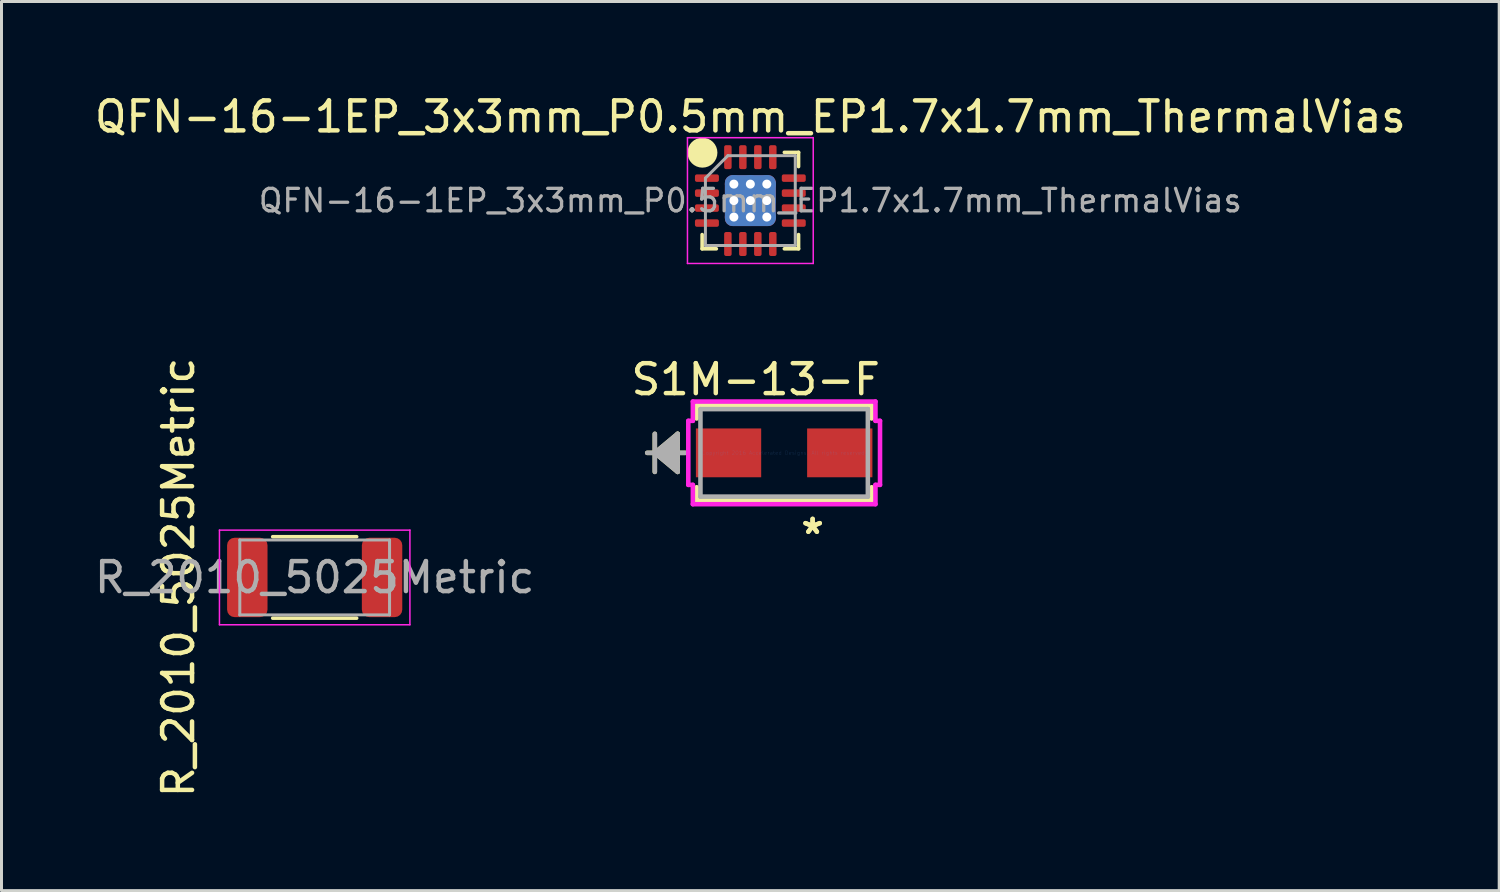
<source format=kicad_pcb>
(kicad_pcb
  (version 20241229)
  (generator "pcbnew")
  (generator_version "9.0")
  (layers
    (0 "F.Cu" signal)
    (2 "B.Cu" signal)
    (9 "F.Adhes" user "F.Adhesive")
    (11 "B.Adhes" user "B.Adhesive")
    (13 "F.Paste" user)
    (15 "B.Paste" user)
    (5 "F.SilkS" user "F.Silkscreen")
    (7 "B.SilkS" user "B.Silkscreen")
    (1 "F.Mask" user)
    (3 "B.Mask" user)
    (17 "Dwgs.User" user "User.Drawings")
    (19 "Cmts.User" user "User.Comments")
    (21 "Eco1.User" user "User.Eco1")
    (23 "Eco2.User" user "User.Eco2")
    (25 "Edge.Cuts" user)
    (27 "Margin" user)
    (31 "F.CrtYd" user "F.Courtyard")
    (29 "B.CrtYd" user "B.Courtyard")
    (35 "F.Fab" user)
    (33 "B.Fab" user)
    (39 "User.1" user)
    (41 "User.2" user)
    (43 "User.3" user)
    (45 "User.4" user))
  (footprint "R_2010_5025Metric"
    (layer "F.Cu")
    (at 7.458 16.232)
    (property "Reference" "R_2010_5025Metric" (at -4.55 0 90) (layer "F.SilkS") (effects (font (size 1 1) (thickness 0.15))))
    (attr smd)
    (fp_line (start -1.402 -1.36) (end 1.402 -1.36) (stroke (width 0.12) (type solid)) (layer "F.SilkS"))
    (fp_line (start -1.402 1.36) (end 1.402 1.36) (stroke (width 0.12) (type solid)) (layer "F.SilkS"))
    (fp_line (start -3.18 -1.58) (end 3.18 -1.58) (stroke (width 0.05) (type solid)) (layer "F.CrtYd"))
    (fp_line (start -3.18 1.58) (end -3.18 -1.58) (stroke (width 0.05) (type solid)) (layer "F.CrtYd"))
    (fp_line (start 3.18 -1.58) (end 3.18 1.58) (stroke (width 0.05) (type solid)) (layer "F.CrtYd"))
    (fp_line (start 3.18 1.58) (end -3.18 1.58) (stroke (width 0.05) (type solid)) (layer "F.CrtYd"))
    (fp_line (start -2.5 -1.25) (end 2.5 -1.25) (stroke (width 0.1) (type solid)) (layer "F.Fab"))
    (fp_line (start -2.5 1.25) (end -2.5 -1.25) (stroke (width 0.1) (type solid)) (layer "F.Fab"))
    (fp_line (start 2.5 -1.25) (end 2.5 1.25) (stroke (width 0.1) (type solid)) (layer "F.Fab"))
    (fp_line (start 2.5 1.25) (end -2.5 1.25) (stroke (width 0.1) (type solid)) (layer "F.Fab"))
    (fp_text user "${REFERENCE}" (at 0 0 0) (layer "F.Fab") (effects (font (size 1 1) (thickness 0.15))))
    (pad "1" smd roundrect (at -2.25 0) (size 1.35 2.65) (layers "F.Cu" "F.Mask" "F.Paste") (roundrect_rratio 0.185))
    (pad "2" smd roundrect (at 2.25 0) (size 1.35 2.65) (layers "F.Cu" "F.Mask" "F.Paste") (roundrect_rratio 0.185)))
  (footprint "S1M-13-F"
    (layer "F.Cu")
    (at 23.135 12.072)
    (property "Reference" "S1M-13-F" (at -0.95 -2.45 0) (layer "F.SilkS") (effects (font (size 1 1) (thickness 0.15))))
    (attr through_hole)
    (fp_line (start -4.319 -0.635) (end -4.319 0.635) (stroke (width 0.152) (type solid)) (layer "F.SilkS"))
    (fp_line (start -4.319 0) (end -3.557 -0.635) (stroke (width 0.152) (type solid)) (layer "F.SilkS"))
    (fp_line (start -4.319 0) (end -3.557 -0.508) (stroke (width 0.152) (type solid)) (layer "F.SilkS"))
    (fp_line (start -4.319 0) (end -3.557 -0.381) (stroke (width 0.152) (type solid)) (layer "F.SilkS"))
    (fp_line (start -4.319 0) (end -3.557 -0.254) (stroke (width 0.152) (type solid)) (layer "F.SilkS"))
    (fp_line (start -4.319 0) (end -3.557 -0.127) (stroke (width 0.152) (type solid)) (layer "F.SilkS"))
    (fp_line (start -4.319 0) (end -3.557 0.127) (stroke (width 0.152) (type solid)) (layer "F.SilkS"))
    (fp_line (start -4.319 0) (end -3.557 0.254) (stroke (width 0.152) (type solid)) (layer "F.SilkS"))
    (fp_line (start -4.319 0) (end -3.557 0.381) (stroke (width 0.152) (type solid)) (layer "F.SilkS"))
    (fp_line (start -4.319 0) (end -3.557 0.508) (stroke (width 0.152) (type solid)) (layer "F.SilkS"))
    (fp_line (start -4.319 0) (end -3.557 0.635) (stroke (width 0.152) (type solid)) (layer "F.SilkS"))
    (fp_line (start -3.557 -0.635) (end -3.557 0.635) (stroke (width 0.152) (type solid)) (layer "F.SilkS"))
    (fp_line (start -3.303 0) (end -4.573 0) (stroke (width 0.152) (type solid)) (layer "F.SilkS"))
    (fp_line (start -2.922 -1.587) (end -2.922 -1.148) (stroke (width 0.152) (type solid)) (layer "F.SilkS"))
    (fp_line (start -2.922 1.148) (end -2.922 1.587) (stroke (width 0.152) (type solid)) (layer "F.SilkS"))
    (fp_line (start -2.922 1.587) (end 2.922 1.587) (stroke (width 0.152) (type solid)) (layer "F.SilkS"))
    (fp_line (start 2.922 -1.587) (end -2.922 -1.587) (stroke (width 0.152) (type solid)) (layer "F.SilkS"))
    (fp_line (start 2.922 -1.148) (end 2.922 -1.587) (stroke (width 0.152) (type solid)) (layer "F.SilkS"))
    (fp_line (start 2.922 1.587) (end 2.922 1.148) (stroke (width 0.152) (type solid)) (layer "F.SilkS"))
    (fp_line (start -3.201 -1.069) (end -3.049 -1.069) (stroke (width 0.152) (type solid)) (layer "F.CrtYd"))
    (fp_line (start -3.201 1.069) (end -3.201 -1.069) (stroke (width 0.152) (type solid)) (layer "F.CrtYd"))
    (fp_line (start -3.049 -1.714) (end 3.049 -1.714) (stroke (width 0.152) (type solid)) (layer "F.CrtYd"))
    (fp_line (start -3.049 -1.069) (end -3.049 -1.714) (stroke (width 0.152) (type solid)) (layer "F.CrtYd"))
    (fp_line (start -3.049 1.069) (end -3.201 1.069) (stroke (width 0.152) (type solid)) (layer "F.CrtYd"))
    (fp_line (start -3.049 1.714) (end -3.049 1.069) (stroke (width 0.152) (type solid)) (layer "F.CrtYd"))
    (fp_line (start 3.049 -1.714) (end 3.049 -1.069) (stroke (width 0.152) (type solid)) (layer "F.CrtYd"))
    (fp_line (start 3.049 -1.069) (end 3.201 -1.069) (stroke (width 0.152) (type solid)) (layer "F.CrtYd"))
    (fp_line (start 3.049 1.069) (end 3.049 1.714) (stroke (width 0.152) (type solid)) (layer "F.CrtYd"))
    (fp_line (start 3.049 1.714) (end -3.049 1.714) (stroke (width 0.152) (type solid)) (layer "F.CrtYd"))
    (fp_line (start 3.201 -1.069) (end 3.201 1.069) (stroke (width 0.152) (type solid)) (layer "F.CrtYd"))
    (fp_line (start 3.201 1.069) (end 3.049 1.069) (stroke (width 0.152) (type solid)) (layer "F.CrtYd"))
    (fp_line (start -4.319 -0.635) (end -4.319 0.635) (stroke (width 0.152) (type solid)) (layer "F.Fab"))
    (fp_line (start -4.319 0) (end -3.557 -0.635) (stroke (width 0.152) (type solid)) (layer "F.Fab"))
    (fp_line (start -4.319 0) (end -3.557 -0.508) (stroke (width 0.152) (type solid)) (layer "F.Fab"))
    (fp_line (start -4.319 0) (end -3.557 -0.381) (stroke (width 0.152) (type solid)) (layer "F.Fab"))
    (fp_line (start -4.319 0) (end -3.557 -0.254) (stroke (width 0.152) (type solid)) (layer "F.Fab"))
    (fp_line (start -4.319 0) (end -3.557 -0.127) (stroke (width 0.152) (type solid)) (layer "F.Fab"))
    (fp_line (start -4.319 0) (end -3.557 0.127) (stroke (width 0.152) (type solid)) (layer "F.Fab"))
    (fp_line (start -4.319 0) (end -3.557 0.254) (stroke (width 0.152) (type solid)) (layer "F.Fab"))
    (fp_line (start -4.319 0) (end -3.557 0.381) (stroke (width 0.152) (type solid)) (layer "F.Fab"))
    (fp_line (start -4.319 0) (end -3.557 0.508) (stroke (width 0.152) (type solid)) (layer "F.Fab"))
    (fp_line (start -4.319 0) (end -3.557 0.635) (stroke (width 0.152) (type solid)) (layer "F.Fab"))
    (fp_line (start -3.557 -0.635) (end -3.557 0.635) (stroke (width 0.152) (type solid)) (layer "F.Fab"))
    (fp_line (start -3.303 0) (end -4.573 0) (stroke (width 0.152) (type solid)) (layer "F.Fab"))
    (fp_line (start -2.795 -1.46) (end -2.795 1.46) (stroke (width 0.152) (type solid)) (layer "F.Fab"))
    (fp_line (start -2.795 1.46) (end 2.795 1.46) (stroke (width 0.152) (type solid)) (layer "F.Fab"))
    (fp_line (start 2.795 -1.46) (end -2.795 -1.46) (stroke (width 0.152) (type solid)) (layer "F.Fab"))
    (fp_line (start 2.795 1.46) (end 2.795 -1.46) (stroke (width 0.152) (type solid)) (layer "F.Fab"))
    (fp_text user "*" (at 0.95 2.75 0) (layer "F.SilkS") (effects (font (size 1 1) (thickness 0.15))))
    (fp_text user "*" (at 0.95 2.75 0) (layer "F.SilkS") (effects (font (size 1 1) (thickness 0.15))))
    (fp_text user "Copyright 2016 Accelerated Designs. All rights reserved." (at 0 0 0) (layer "Cmts.User") (effects (font (size 0.127 0.127) (thickness 0.002))))
    (pad "1" smd rect (at -1.857 0 90) (size 1.63 2.18) (layers "F.Cu" "F.Mask" "F.Paste"))
    (pad "2" smd rect (at 1.857 0 90) (size 1.63 2.18) (layers "F.Cu" "F.Mask" "F.Paste")))
  (footprint "QFN-16-1EP_3x3mm_P0.5mm_EP1.7x1.7mm_ThermalVias"
    (layer "F.Cu")
    (at 22.006 3.648)
    (property "Reference" "QFN-16-1EP_3x3mm_P0.5mm_EP1.7x1.7mm_ThermalVias" (at 0 -2.8 180) (layer "F.SilkS") (effects (font (size 1 1) (thickness 0.15))))
    (attr smd)
    (fp_line (start -1.61 1.61) (end -1.61 1.135) (stroke (width 0.12) (type solid)) (layer "F.SilkS"))
    (fp_line (start -1.135 1.61) (end -1.61 1.61) (stroke (width 0.12) (type solid)) (layer "F.SilkS"))
    (fp_line (start 1.135 -1.61) (end 1.61 -1.61) (stroke (width 0.12) (type solid)) (layer "F.SilkS"))
    (fp_line (start 1.135 1.61) (end 1.61 1.61) (stroke (width 0.12) (type solid)) (layer "F.SilkS"))
    (fp_line (start 1.61 -1.61) (end 1.61 -1.135) (stroke (width 0.12) (type solid)) (layer "F.SilkS"))
    (fp_line (start 1.61 1.61) (end 1.61 1.135) (stroke (width 0.12) (type solid)) (layer "F.SilkS"))
    (fp_circle (center -1.6 -1.6) (end -1.35 -1.6) (stroke (width 0.5) (type solid)) (fill no) (layer "F.SilkS"))
    (fp_line (start -2.1 -2.1) (end -2.1 2.1) (stroke (width 0.05) (type solid)) (layer "F.CrtYd"))
    (fp_line (start -2.1 2.1) (end 2.1 2.1) (stroke (width 0.05) (type solid)) (layer "F.CrtYd"))
    (fp_line (start 2.1 -2.1) (end -2.1 -2.1) (stroke (width 0.05) (type solid)) (layer "F.CrtYd"))
    (fp_line (start 2.1 2.1) (end 2.1 -2.1) (stroke (width 0.05) (type solid)) (layer "F.CrtYd"))
    (fp_line (start -1.5 -0.75) (end -0.75 -1.5) (stroke (width 0.1) (type solid)) (layer "F.Fab"))
    (fp_line (start -1.5 1.5) (end -1.5 -0.75) (stroke (width 0.1) (type solid)) (layer "F.Fab"))
    (fp_line (start -0.75 -1.5) (end 1.5 -1.5) (stroke (width 0.1) (type solid)) (layer "F.Fab"))
    (fp_line (start 1.5 -1.5) (end 1.5 1.5) (stroke (width 0.1) (type solid)) (layer "F.Fab"))
    (fp_line (start 1.5 1.5) (end -1.5 1.5) (stroke (width 0.1) (type solid)) (layer "F.Fab"))
    (fp_text user "${REFERENCE}" (at 0 0 180) (layer "F.Fab") (effects (font (size 0.75 0.75) (thickness 0.11))))
    (pad "" smd roundrect (at -0.425 -0.425) (size 0.5 0.5) (layers "F.Paste") (roundrect_rratio 0.25))
    (pad "" smd roundrect (at -0.425 0.425) (size 0.5 0.5) (layers "F.Paste") (roundrect_rratio 0.25))
    (pad "" smd roundrect (at 0.425 -0.425) (size 0.5 0.5) (layers "F.Paste") (roundrect_rratio 0.25))
    (pad "" smd roundrect (at 0.425 0.425) (size 0.5 0.5) (layers "F.Paste") (roundrect_rratio 0.25))
    (pad "1" smd roundrect (at -1.45 -0.75) (size 0.8 0.25) (layers "F.Cu" "F.Mask" "F.Paste") (roundrect_rratio 0.25))
    (pad "2" smd roundrect (at -1.45 -0.25) (size 0.8 0.25) (layers "F.Cu" "F.Mask" "F.Paste") (roundrect_rratio 0.25))
    (pad "3" smd roundrect (at -1.45 0.25) (size 0.8 0.25) (layers "F.Cu" "F.Mask" "F.Paste") (roundrect_rratio 0.25))
    (pad "4" smd roundrect (at -1.45 0.75) (size 0.8 0.25) (layers "F.Cu" "F.Mask" "F.Paste") (roundrect_rratio 0.25))
    (pad "5" smd roundrect (at -0.75 1.45) (size 0.25 0.8) (layers "F.Cu" "F.Mask" "F.Paste") (roundrect_rratio 0.25))
    (pad "6" smd roundrect (at -0.25 1.45) (size 0.25 0.8) (layers "F.Cu" "F.Mask" "F.Paste") (roundrect_rratio 0.25))
    (pad "7" smd roundrect (at 0.25 1.45) (size 0.25 0.8) (layers "F.Cu" "F.Mask" "F.Paste") (roundrect_rratio 0.25))
    (pad "8" smd roundrect (at 0.75 1.45) (size 0.25 0.8) (layers "F.Cu" "F.Mask" "F.Paste") (roundrect_rratio 0.25))
    (pad "9" smd roundrect (at 1.45 0.75) (size 0.8 0.25) (layers "F.Cu" "F.Mask" "F.Paste") (roundrect_rratio 0.25))
    (pad "10" smd roundrect (at 1.45 0.25) (size 0.8 0.25) (layers "F.Cu" "F.Mask" "F.Paste") (roundrect_rratio 0.25))
    (pad "11" smd roundrect (at 1.45 -0.25) (size 0.8 0.25) (layers "F.Cu" "F.Mask" "F.Paste") (roundrect_rratio 0.25))
    (pad "12" smd roundrect (at 1.45 -0.75) (size 0.8 0.25) (layers "F.Cu" "F.Mask" "F.Paste") (roundrect_rratio 0.25))
    (pad "13" smd roundrect (at 0.75 -1.45) (size 0.25 0.8) (layers "F.Cu" "F.Mask" "F.Paste") (roundrect_rratio 0.25))
    (pad "14" smd roundrect (at 0.25 -1.45) (size 0.25 0.8) (layers "F.Cu" "F.Mask" "F.Paste") (roundrect_rratio 0.25))
    (pad "15" smd roundrect (at -0.25 -1.45) (size 0.25 0.8) (layers "F.Cu" "F.Mask" "F.Paste") (roundrect_rratio 0.25))
    (pad "16" smd roundrect (at -0.75 -1.45) (size 0.25 0.8) (layers "F.Cu" "F.Mask" "F.Paste") (roundrect_rratio 0.25))
    (pad "17" thru_hole circle (at -0.55 -0.55) (size 0.6 0.6) (drill 0.3) (layers "*.Cu"))
    (pad "17" thru_hole circle (at -0.55 0) (size 0.6 0.6) (drill 0.3) (layers "*.Cu"))
    (pad "17" thru_hole circle (at -0.55 0.55) (size 0.6 0.6) (drill 0.3) (layers "*.Cu"))
    (pad "17" thru_hole circle (at 0 -0.55) (size 0.6 0.6) (drill 0.3) (layers "*.Cu"))
    (pad "17" thru_hole circle (at 0 0) (size 0.6 0.6) (drill 0.3) (layers "*.Cu"))
    (pad "17" smd roundrect (at 0 0) (size 1.7 1.7) (layers "F.Cu" "F.Mask") (roundrect_rratio 0.147))
    (pad "17" smd roundrect (at 0 0) (size 1.7 1.7) (layers "B.Cu" "B.Mask" "B.Paste") (roundrect_rratio 0.147))
    (pad "17" thru_hole circle (at 0 0.55) (size 0.6 0.6) (drill 0.3) (layers "*.Cu"))
    (pad "17" thru_hole circle (at 0.55 -0.55) (size 0.6 0.6) (drill 0.3) (layers "*.Cu"))
    (pad "17" thru_hole circle (at 0.55 0) (size 0.6 0.6) (drill 0.3) (layers "*.Cu"))
    (pad "17" thru_hole circle (at 0.55 0.55) (size 0.6 0.6) (drill 0.3) (layers "*.Cu")))
  (gr_rect
    (start -3 -3)
    (end 47.012 26.69)
    (stroke (width 0.1) (type default))
    (fill no)
    (layer "Edge.Cuts")))
</source>
